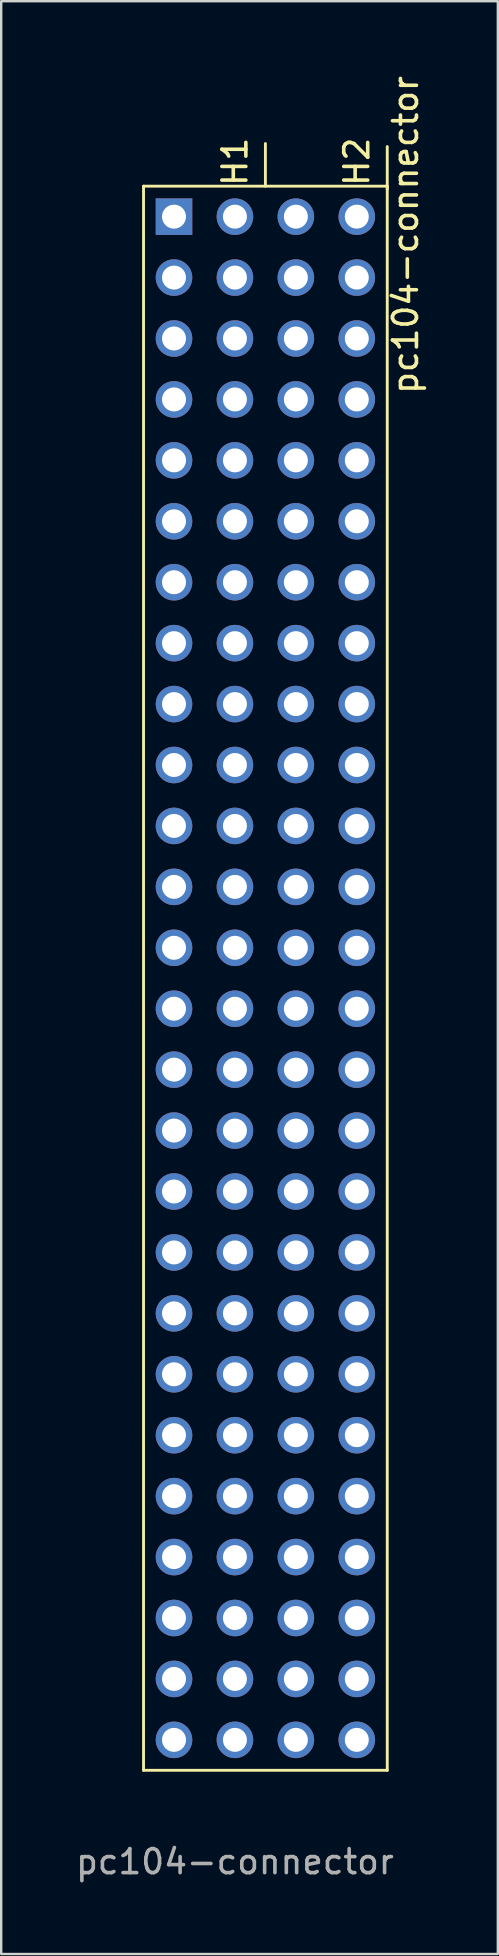
<source format=kicad_pcb>
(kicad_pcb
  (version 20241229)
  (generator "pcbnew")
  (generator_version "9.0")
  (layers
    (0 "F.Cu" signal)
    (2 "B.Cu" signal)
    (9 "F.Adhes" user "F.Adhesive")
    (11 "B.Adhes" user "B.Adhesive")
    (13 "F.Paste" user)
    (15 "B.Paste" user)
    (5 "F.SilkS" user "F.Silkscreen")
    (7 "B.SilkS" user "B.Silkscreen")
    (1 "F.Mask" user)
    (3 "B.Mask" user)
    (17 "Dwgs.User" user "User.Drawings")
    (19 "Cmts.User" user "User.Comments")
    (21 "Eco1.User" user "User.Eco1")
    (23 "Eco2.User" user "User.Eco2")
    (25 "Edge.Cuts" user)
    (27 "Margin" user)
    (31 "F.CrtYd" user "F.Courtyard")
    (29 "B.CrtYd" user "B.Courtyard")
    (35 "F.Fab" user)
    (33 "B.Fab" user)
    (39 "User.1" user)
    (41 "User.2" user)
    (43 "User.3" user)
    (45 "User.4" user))
  (footprint "pc104-connector"
    (layer "F.Cu")
    (at 6.744 36.462)
    (property "Reference" "pc104-connector" (at 7.112 -29.718 90) (unlocked yes) (layer "F.SilkS") (effects (font (size 1 1) (thickness 0.15))))
    (attr through_hole)
    (fp_line (start -3.81 -31.75) (end -3.81 34.29) (stroke (width 0.12) (type solid)) (layer "F.SilkS"))
    (fp_line (start -3.81 34.29) (end 6.35 34.29) (stroke (width 0.12) (type solid)) (layer "F.SilkS"))
    (fp_line (start 1.27 -31.75) (end 1.27 -33.528) (stroke (width 0.12) (type solid)) (layer "F.SilkS"))
    (fp_line (start 6.35 -31.75) (end -3.81 -31.75) (stroke (width 0.12) (type solid)) (layer "F.SilkS"))
    (fp_line (start 6.35 -31.623) (end 6.35 -33.401) (stroke (width 0.12) (type solid)) (layer "F.SilkS"))
    (fp_line (start 6.35 34.29) (end 6.35 -31.75) (stroke (width 0.12) (type solid)) (layer "F.SilkS"))
    (fp_text user "H2" (at 5.08 -32.766 90) (unlocked yes) (layer "F.SilkS") (effects (font (size 1 1) (thickness 0.15))))
    (fp_text user "H1" (at 0 -32.766 90) (unlocked yes) (layer "F.SilkS") (effects (font (size 1 1) (thickness 0.15))))
    (fp_text user "${REFERENCE}" (at 0 38.1 0) (unlocked yes) (layer "F.Fab") (effects (font (size 1 1) (thickness 0.15))))
    (pad "1" thru_hole rect (at -2.54 -30.48) (size 1.524 1.524) (drill 1) (layers "*.Cu" "*.Mask"))
    (pad "2" thru_hole circle (at 0 -30.48) (size 1.524 1.524) (drill 1) (layers "*.Cu" "*.Mask"))
    (pad "3" thru_hole circle (at -2.54 -27.94) (size 1.524 1.524) (drill 1) (layers "*.Cu" "*.Mask"))
    (pad "4" thru_hole circle (at 0 -27.94) (size 1.524 1.524) (drill 1) (layers "*.Cu" "*.Mask"))
    (pad "5" thru_hole circle (at -2.54 -25.4) (size 1.524 1.524) (drill 1) (layers "*.Cu" "*.Mask"))
    (pad "6" thru_hole circle (at 0 -25.4) (size 1.524 1.524) (drill 1) (layers "*.Cu" "*.Mask"))
    (pad "7" thru_hole circle (at -2.54 -22.86) (size 1.524 1.524) (drill 1) (layers "*.Cu" "*.Mask"))
    (pad "8" thru_hole circle (at 0 -22.86) (size 1.524 1.524) (drill 1) (layers "*.Cu" "*.Mask"))
    (pad "9" thru_hole circle (at -2.54 -20.32) (size 1.524 1.524) (drill 1) (layers "*.Cu" "*.Mask"))
    (pad "10" thru_hole circle (at 0 -20.32) (size 1.524 1.524) (drill 1) (layers "*.Cu" "*.Mask"))
    (pad "11" thru_hole circle (at -2.54 -17.78) (size 1.524 1.524) (drill 1) (layers "*.Cu" "*.Mask"))
    (pad "12" thru_hole circle (at 0 -17.78) (size 1.524 1.524) (drill 1) (layers "*.Cu" "*.Mask"))
    (pad "13" thru_hole circle (at -2.54 -15.24) (size 1.524 1.524) (drill 1) (layers "*.Cu" "*.Mask"))
    (pad "14" thru_hole circle (at 0 -15.24) (size 1.524 1.524) (drill 1) (layers "*.Cu" "*.Mask"))
    (pad "15" thru_hole circle (at -2.54 -12.7) (size 1.524 1.524) (drill 1) (layers "*.Cu" "*.Mask"))
    (pad "16" thru_hole circle (at 0 -12.7) (size 1.524 1.524) (drill 1) (layers "*.Cu" "*.Mask"))
    (pad "17" thru_hole circle (at -2.54 -10.16) (size 1.524 1.524) (drill 1) (layers "*.Cu" "*.Mask"))
    (pad "18" thru_hole circle (at 0 -10.16) (size 1.524 1.524) (drill 1) (layers "*.Cu" "*.Mask"))
    (pad "19" thru_hole circle (at -2.54 -7.62) (size 1.524 1.524) (drill 1) (layers "*.Cu" "*.Mask"))
    (pad "20" thru_hole circle (at 0 -7.62) (size 1.524 1.524) (drill 1) (layers "*.Cu" "*.Mask"))
    (pad "21" thru_hole circle (at -2.54 -5.08) (size 1.524 1.524) (drill 1) (layers "*.Cu" "*.Mask"))
    (pad "22" thru_hole circle (at 0 -5.08) (size 1.524 1.524) (drill 1) (layers "*.Cu" "*.Mask"))
    (pad "23" thru_hole circle (at -2.54 -2.54) (size 1.524 1.524) (drill 1) (layers "*.Cu" "*.Mask"))
    (pad "24" thru_hole circle (at 0 -2.54) (size 1.524 1.524) (drill 1) (layers "*.Cu" "*.Mask"))
    (pad "25" thru_hole circle (at -2.54 0) (size 1.524 1.524) (drill 1) (layers "*.Cu" "*.Mask"))
    (pad "26" thru_hole circle (at 0 0) (size 1.524 1.524) (drill 1) (layers "*.Cu" "*.Mask"))
    (pad "27" thru_hole circle (at -2.54 2.54) (size 1.524 1.524) (drill 1) (layers "*.Cu" "*.Mask"))
    (pad "28" thru_hole circle (at 0 2.54) (size 1.524 1.524) (drill 1) (layers "*.Cu" "*.Mask"))
    (pad "29" thru_hole circle (at -2.54 5.08) (size 1.524 1.524) (drill 1) (layers "*.Cu" "*.Mask"))
    (pad "30" thru_hole circle (at 0 5.08) (size 1.524 1.524) (drill 1) (layers "*.Cu" "*.Mask"))
    (pad "31" thru_hole circle (at -2.54 7.62) (size 1.524 1.524) (drill 1) (layers "*.Cu" "*.Mask"))
    (pad "32" thru_hole circle (at 0 7.62) (size 1.524 1.524) (drill 1) (layers "*.Cu" "*.Mask"))
    (pad "33" thru_hole circle (at -2.54 10.16) (size 1.524 1.524) (drill 1) (layers "*.Cu" "*.Mask"))
    (pad "34" thru_hole circle (at 0 10.16) (size 1.524 1.524) (drill 1) (layers "*.Cu" "*.Mask"))
    (pad "35" thru_hole circle (at -2.54 12.7) (size 1.524 1.524) (drill 1) (layers "*.Cu" "*.Mask"))
    (pad "36" thru_hole circle (at 0 12.7) (size 1.524 1.524) (drill 1) (layers "*.Cu" "*.Mask"))
    (pad "37" thru_hole circle (at -2.54 15.24) (size 1.524 1.524) (drill 1) (layers "*.Cu" "*.Mask"))
    (pad "38" thru_hole circle (at 0 15.24) (size 1.524 1.524) (drill 1) (layers "*.Cu" "*.Mask"))
    (pad "39" thru_hole circle (at -2.54 17.78) (size 1.524 1.524) (drill 1) (layers "*.Cu" "*.Mask"))
    (pad "40" thru_hole circle (at 0 17.78) (size 1.524 1.524) (drill 1) (layers "*.Cu" "*.Mask"))
    (pad "41" thru_hole circle (at -2.54 20.32) (size 1.524 1.524) (drill 1) (layers "*.Cu" "*.Mask"))
    (pad "42" thru_hole circle (at 0 20.32) (size 1.524 1.524) (drill 1) (layers "*.Cu" "*.Mask"))
    (pad "43" thru_hole circle (at -2.54 22.86) (size 1.524 1.524) (drill 1) (layers "*.Cu" "*.Mask"))
    (pad "44" thru_hole circle (at 0 22.86) (size 1.524 1.524) (drill 1) (layers "*.Cu" "*.Mask"))
    (pad "45" thru_hole circle (at -2.54 25.4) (size 1.524 1.524) (drill 1) (layers "*.Cu" "*.Mask"))
    (pad "46" thru_hole circle (at 0 25.4) (size 1.524 1.524) (drill 1) (layers "*.Cu" "*.Mask"))
    (pad "47" thru_hole circle (at -2.54 27.94) (size 1.524 1.524) (drill 1) (layers "*.Cu" "*.Mask"))
    (pad "48" thru_hole circle (at 0 27.94) (size 1.524 1.524) (drill 1) (layers "*.Cu" "*.Mask"))
    (pad "49" thru_hole circle (at -2.54 30.48) (size 1.524 1.524) (drill 1) (layers "*.Cu" "*.Mask"))
    (pad "50" thru_hole circle (at 0 30.48) (size 1.524 1.524) (drill 1) (layers "*.Cu" "*.Mask"))
    (pad "51" thru_hole circle (at -2.54 33.02) (size 1.524 1.524) (drill 1) (layers "*.Cu" "*.Mask"))
    (pad "52" thru_hole circle (at 0 33.02) (size 1.524 1.524) (drill 1) (layers "*.Cu" "*.Mask"))
    (pad "53" thru_hole circle (at 2.54 -30.48) (size 1.524 1.524) (drill 1) (layers "*.Cu" "*.Mask"))
    (pad "54" thru_hole circle (at 5.08 -30.48) (size 1.524 1.524) (drill 1) (layers "*.Cu" "*.Mask"))
    (pad "55" thru_hole circle (at 2.54 -27.94) (size 1.524 1.524) (drill 1) (layers "*.Cu" "*.Mask"))
    (pad "56" thru_hole circle (at 5.08 -27.94) (size 1.524 1.524) (drill 1) (layers "*.Cu" "*.Mask"))
    (pad "57" thru_hole circle (at 2.54 -25.4) (size 1.524 1.524) (drill 1) (layers "*.Cu" "*.Mask"))
    (pad "58" thru_hole circle (at 5.08 -25.4) (size 1.524 1.524) (drill 1) (layers "*.Cu" "*.Mask"))
    (pad "59" thru_hole circle (at 2.54 -22.86) (size 1.524 1.524) (drill 1) (layers "*.Cu" "*.Mask"))
    (pad "60" thru_hole circle (at 5.08 -22.86) (size 1.524 1.524) (drill 1) (layers "*.Cu" "*.Mask"))
    (pad "61" thru_hole circle (at 2.54 -20.32) (size 1.524 1.524) (drill 1) (layers "*.Cu" "*.Mask"))
    (pad "62" thru_hole circle (at 5.08 -20.32) (size 1.524 1.524) (drill 1) (layers "*.Cu" "*.Mask"))
    (pad "63" thru_hole circle (at 2.54 -17.78) (size 1.524 1.524) (drill 1) (layers "*.Cu" "*.Mask"))
    (pad "64" thru_hole circle (at 5.08 -17.78) (size 1.524 1.524) (drill 1) (layers "*.Cu" "*.Mask"))
    (pad "65" thru_hole circle (at 2.54 -15.24) (size 1.524 1.524) (drill 1) (layers "*.Cu" "*.Mask"))
    (pad "66" thru_hole circle (at 5.08 -15.24) (size 1.524 1.524) (drill 1) (layers "*.Cu" "*.Mask"))
    (pad "67" thru_hole circle (at 2.54 -12.7) (size 1.524 1.524) (drill 1) (layers "*.Cu" "*.Mask"))
    (pad "68" thru_hole circle (at 5.08 -12.7) (size 1.524 1.524) (drill 1) (layers "*.Cu" "*.Mask"))
    (pad "69" thru_hole circle (at 2.54 -10.16) (size 1.524 1.524) (drill 1) (layers "*.Cu" "*.Mask"))
    (pad "70" thru_hole circle (at 5.08 -10.16) (size 1.524 1.524) (drill 1) (layers "*.Cu" "*.Mask"))
    (pad "71" thru_hole circle (at 2.54 -7.62) (size 1.524 1.524) (drill 1) (layers "*.Cu" "*.Mask"))
    (pad "72" thru_hole circle (at 5.08 -7.62) (size 1.524 1.524) (drill 1) (layers "*.Cu" "*.Mask"))
    (pad "73" thru_hole circle (at 2.54 -5.08) (size 1.524 1.524) (drill 1) (layers "*.Cu" "*.Mask"))
    (pad "74" thru_hole circle (at 5.08 -5.08) (size 1.524 1.524) (drill 1) (layers "*.Cu" "*.Mask"))
    (pad "75" thru_hole circle (at 2.54 -2.54) (size 1.524 1.524) (drill 1) (layers "*.Cu" "*.Mask"))
    (pad "76" thru_hole circle (at 5.08 -2.54) (size 1.524 1.524) (drill 1) (layers "*.Cu" "*.Mask"))
    (pad "77" thru_hole circle (at 2.54 0) (size 1.524 1.524) (drill 1) (layers "*.Cu" "*.Mask"))
    (pad "78" thru_hole circle (at 5.08 0) (size 1.524 1.524) (drill 1) (layers "*.Cu" "*.Mask"))
    (pad "79" thru_hole circle (at 2.54 2.54) (size 1.524 1.524) (drill 1) (layers "*.Cu" "*.Mask"))
    (pad "80" thru_hole circle (at 5.08 2.54) (size 1.524 1.524) (drill 1) (layers "*.Cu" "*.Mask"))
    (pad "81" thru_hole circle (at 2.54 5.08) (size 1.524 1.524) (drill 1) (layers "*.Cu" "*.Mask"))
    (pad "82" thru_hole circle (at 5.08 5.08) (size 1.524 1.524) (drill 1) (layers "*.Cu" "*.Mask"))
    (pad "83" thru_hole circle (at 2.54 7.62) (size 1.524 1.524) (drill 1) (layers "*.Cu" "*.Mask"))
    (pad "84" thru_hole circle (at 5.08 7.62) (size 1.524 1.524) (drill 1) (layers "*.Cu" "*.Mask"))
    (pad "85" thru_hole circle (at 2.54 10.16) (size 1.524 1.524) (drill 1) (layers "*.Cu" "*.Mask"))
    (pad "86" thru_hole circle (at 5.08 10.16) (size 1.524 1.524) (drill 1) (layers "*.Cu" "*.Mask"))
    (pad "87" thru_hole circle (at 2.54 12.7) (size 1.524 1.524) (drill 1) (layers "*.Cu" "*.Mask"))
    (pad "88" thru_hole circle (at 5.08 12.7) (size 1.524 1.524) (drill 1) (layers "*.Cu" "*.Mask"))
    (pad "89" thru_hole circle (at 2.54 15.24) (size 1.524 1.524) (drill 1) (layers "*.Cu" "*.Mask"))
    (pad "90" thru_hole circle (at 5.08 15.24) (size 1.524 1.524) (drill 1) (layers "*.Cu" "*.Mask"))
    (pad "91" thru_hole circle (at 2.54 17.78) (size 1.524 1.524) (drill 1) (layers "*.Cu" "*.Mask"))
    (pad "92" thru_hole circle (at 5.08 17.78) (size 1.524 1.524) (drill 1) (layers "*.Cu" "*.Mask"))
    (pad "93" thru_hole circle (at 2.54 20.32) (size 1.524 1.524) (drill 1) (layers "*.Cu" "*.Mask"))
    (pad "94" thru_hole circle (at 5.08 20.32) (size 1.524 1.524) (drill 1) (layers "*.Cu" "*.Mask"))
    (pad "95" thru_hole circle (at 2.54 22.86) (size 1.524 1.524) (drill 1) (layers "*.Cu" "*.Mask"))
    (pad "96" thru_hole circle (at 5.08 22.86) (size 1.524 1.524) (drill 1) (layers "*.Cu" "*.Mask"))
    (pad "97" thru_hole circle (at 2.54 25.4) (size 1.524 1.524) (drill 1) (layers "*.Cu" "*.Mask"))
    (pad "98" thru_hole circle (at 5.08 25.4) (size 1.524 1.524) (drill 1) (layers "*.Cu" "*.Mask"))
    (pad "99" thru_hole circle (at 2.54 27.94) (size 1.524 1.524) (drill 1) (layers "*.Cu" "*.Mask"))
    (pad "100" thru_hole circle (at 5.08 27.94) (size 1.524 1.524) (drill 1) (layers "*.Cu" "*.Mask"))
    (pad "101" thru_hole circle (at 2.54 30.48) (size 1.524 1.524) (drill 1) (layers "*.Cu" "*.Mask"))
    (pad "102" thru_hole circle (at 5.08 30.48) (size 1.524 1.524) (drill 1) (layers "*.Cu" "*.Mask"))
    (pad "103" thru_hole circle (at 2.54 33.02) (size 1.524 1.524) (drill 1) (layers "*.Cu" "*.Mask"))
    (pad "104" thru_hole circle (at 5.08 33.02) (size 1.524 1.524) (drill 1) (layers "*.Cu" "*.Mask")))
  (gr_rect
    (start -3 -3)
    (end 17.704 78.41)
    (stroke (width 0.1) (type default))
    (fill no)
    (layer "Edge.Cuts")))
</source>
